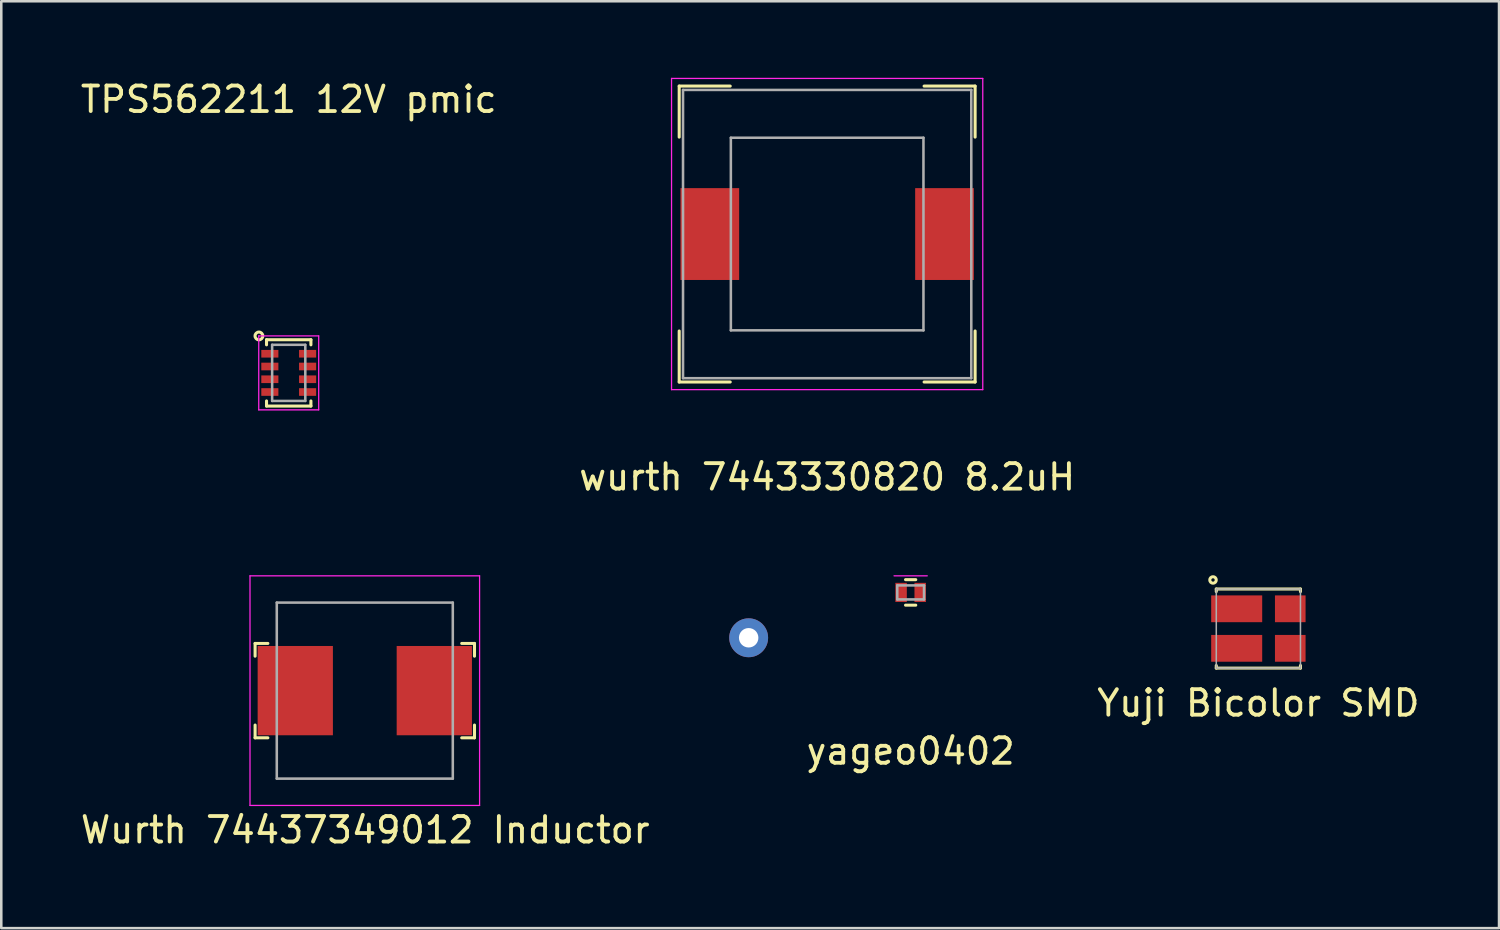
<source format=kicad_pcb>
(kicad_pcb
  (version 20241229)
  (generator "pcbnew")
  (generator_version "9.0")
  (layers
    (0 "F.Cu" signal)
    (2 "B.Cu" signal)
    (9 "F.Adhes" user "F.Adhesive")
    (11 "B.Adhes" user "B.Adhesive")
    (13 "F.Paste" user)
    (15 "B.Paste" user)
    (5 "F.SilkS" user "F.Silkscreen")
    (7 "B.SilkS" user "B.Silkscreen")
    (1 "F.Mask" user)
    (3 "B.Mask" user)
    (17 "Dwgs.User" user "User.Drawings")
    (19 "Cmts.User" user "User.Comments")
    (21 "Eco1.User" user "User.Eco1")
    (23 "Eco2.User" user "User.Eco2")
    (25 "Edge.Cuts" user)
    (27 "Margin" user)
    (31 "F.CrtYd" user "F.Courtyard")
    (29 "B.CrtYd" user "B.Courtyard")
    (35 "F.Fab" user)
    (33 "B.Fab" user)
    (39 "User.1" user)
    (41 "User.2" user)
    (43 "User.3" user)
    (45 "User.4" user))
  (footprint "Yuji Bicolor SMD"
    (layer "F.Cu")
    (at 46.279 21.59)
    (property "Reference" "Yuji Bicolor SMD" (at 0 2.921 0) (layer "F.SilkS") (effects (font (size 1 1) (thickness 0.15))))
    (attr through_hole)
    (fp_line (start -1.65 -1.55) (end -1.65 -1.45) (stroke (width 0.12) (type solid)) (layer "F.SilkS"))
    (fp_line (start -1.65 -1.55) (end 1.65 -1.55) (stroke (width 0.12) (type solid)) (layer "F.SilkS"))
    (fp_line (start -1.65 1.55) (end -1.65 1.45) (stroke (width 0.12) (type solid)) (layer "F.SilkS"))
    (fp_line (start -1.65 1.55) (end 1.65 1.55) (stroke (width 0.12) (type solid)) (layer "F.SilkS"))
    (fp_line (start 1.65 -1.55) (end 1.65 -1.45) (stroke (width 0.12) (type solid)) (layer "F.SilkS"))
    (fp_line (start 1.65 1.55) (end 1.65 1.45) (stroke (width 0.12) (type solid)) (layer "F.SilkS"))
    (fp_circle (center -1.778 -1.905) (end -1.778 -2.032) (stroke (width 0.12) (type solid)) (fill no) (layer "F.SilkS"))
    (fp_line (start -1.65 -1.55) (end -1.65 1.55) (stroke (width 0.06) (type solid)) (layer "F.Fab"))
    (fp_line (start -1.65 -1.55) (end 1.65 -1.55) (stroke (width 0.06) (type solid)) (layer "F.Fab"))
    (fp_line (start -1.65 1.55) (end 1.65 1.55) (stroke (width 0.06) (type solid)) (layer "F.Fab"))
    (fp_line (start 1.65 -1.55) (end 1.65 1.55) (stroke (width 0.06) (type solid)) (layer "F.Fab"))
    (pad "1" smd rect (at -0.85 -0.775) (size 2 1.05) (layers "F.Cu" "F.Mask" "F.Paste"))
    (pad "2" smd rect (at 1.25 -0.775) (size 1.2 1.05) (layers "F.Cu" "F.Mask" "F.Paste"))
    (pad "3" smd rect (at -0.85 0.775) (size 2 1.05) (layers "F.Cu" "F.Mask" "F.Paste"))
    (pad "4" smd rect (at 1.25 0.775) (size 1.2 1.05) (layers "F.Cu" "F.Mask" "F.Paste")))
  (footprint "TPS562211 12V pmic"
    (layer "F.Cu")
    (at 8.268 11.567)
    (property "Reference" "TPS562211 12V pmic" (at 0 -10.719 0) (layer "F.SilkS") (effects (font (size 1 1) (thickness 0.15))))
    (attr through_hole)
    (fp_line (start -0.87 -1.3) (end -0.87 -1.1) (stroke (width 0.12) (type solid)) (layer "F.SilkS"))
    (fp_line (start -0.87 -1.3) (end 0.87 -1.3) (stroke (width 0.12) (type solid)) (layer "F.SilkS"))
    (fp_line (start -0.87 1.3) (end -0.87 1.1) (stroke (width 0.12) (type solid)) (layer "F.SilkS"))
    (fp_line (start -0.87 1.3) (end 0.87 1.3) (stroke (width 0.12) (type solid)) (layer "F.SilkS"))
    (fp_line (start 0.87 -1.3) (end 0.87 -1.1) (stroke (width 0.12) (type solid)) (layer "F.SilkS"))
    (fp_line (start 0.87 1.3) (end 0.87 1.1) (stroke (width 0.12) (type solid)) (layer "F.SilkS"))
    (fp_circle (center -1.168 -1.448) (end -1.168 -1.6) (stroke (width 0.12) (type solid)) (fill no) (layer "F.SilkS"))
    (fp_line (start -1.175 -1.45) (end -1.175 1.45) (stroke (width 0.05) (type solid)) (layer "F.CrtYd"))
    (fp_line (start -1.175 -1.45) (end 1.175 -1.45) (stroke (width 0.05) (type solid)) (layer "F.CrtYd"))
    (fp_line (start -1.175 1.45) (end 1.175 1.45) (stroke (width 0.05) (type solid)) (layer "F.CrtYd"))
    (fp_line (start 1.175 -1.45) (end 1.175 1.45) (stroke (width 0.05) (type solid)) (layer "F.CrtYd"))
    (fp_line (start -0.65 -1.1) (end 0.65 -1.1) (stroke (width 0.1) (type solid)) (layer "F.Fab"))
    (fp_line (start -0.65 1.1) (end -0.65 -1.1) (stroke (width 0.1) (type solid)) (layer "F.Fab"))
    (fp_line (start -0.65 1.1) (end 0.65 1.1) (stroke (width 0.1) (type solid)) (layer "F.Fab"))
    (fp_line (start 0.65 1.1) (end 0.65 -1.1) (stroke (width 0.1) (type solid)) (layer "F.Fab"))
    (pad "1" smd rect (at -0.74 -0.75) (size 0.67 0.3) (layers "F.Cu" "F.Mask" "F.Paste"))
    (pad "2" smd rect (at -0.74 -0.25) (size 0.67 0.3) (layers "F.Cu" "F.Mask" "F.Paste"))
    (pad "3" smd rect (at -0.74 0.25) (size 0.67 0.3) (layers "F.Cu" "F.Mask" "F.Paste"))
    (pad "4" smd rect (at -0.74 0.75) (size 0.67 0.3) (layers "F.Cu" "F.Mask" "F.Paste"))
    (pad "5" smd rect (at 0.74 0.75) (size 0.67 0.3) (layers "F.Cu" "F.Mask" "F.Paste"))
    (pad "6" smd rect (at 0.74 0.25) (size 0.67 0.3) (layers "F.Cu" "F.Mask" "F.Paste"))
    (pad "7" smd rect (at 0.74 -0.25) (size 0.67 0.3) (layers "F.Cu" "F.Mask" "F.Paste"))
    (pad "8" smd rect (at 0.74 -0.75) (size 0.67 0.3) (layers "F.Cu" "F.Mask" "F.Paste")))
  (footprint "wurth 7443330820 8.2uH"
    (layer "F.Cu")
    (at 29.375 6.125)
    (property "Reference" "wurth 7443330820 8.2uH" (at 0 9.525 0) (layer "F.SilkS") (effects (font (size 1 1) (thickness 0.15))))
    (attr through_hole)
    (fp_line (start -5.8 -5.8) (end -5.8 -3.8) (stroke (width 0.12) (type solid)) (layer "F.SilkS"))
    (fp_line (start -5.8 -5.8) (end -3.8 -5.8) (stroke (width 0.12) (type solid)) (layer "F.SilkS"))
    (fp_line (start -5.8 5.8) (end -5.8 3.8) (stroke (width 0.12) (type solid)) (layer "F.SilkS"))
    (fp_line (start -5.8 5.8) (end -3.8 5.8) (stroke (width 0.12) (type solid)) (layer "F.SilkS"))
    (fp_line (start 5.8 -5.8) (end 3.8 -5.8) (stroke (width 0.12) (type solid)) (layer "F.SilkS"))
    (fp_line (start 5.8 -5.8) (end 5.8 -3.8) (stroke (width 0.12) (type solid)) (layer "F.SilkS"))
    (fp_line (start 5.8 5.8) (end 3.8 5.8) (stroke (width 0.12) (type solid)) (layer "F.SilkS"))
    (fp_line (start 5.8 5.8) (end 5.8 3.8) (stroke (width 0.12) (type solid)) (layer "F.SilkS"))
    (fp_line (start -6.1 -6.1) (end 6.1 -6.1) (stroke (width 0.05) (type solid)) (layer "F.CrtYd"))
    (fp_line (start -6.1 6.1) (end -6.1 -6.1) (stroke (width 0.05) (type solid)) (layer "F.CrtYd"))
    (fp_line (start -6.1 6.1) (end 6.1 6.1) (stroke (width 0.05) (type solid)) (layer "F.CrtYd"))
    (fp_line (start 6.1 -6.1) (end 6.1 6.1) (stroke (width 0.05) (type solid)) (layer "F.CrtYd"))
    (fp_line (start -5.65 -5.65) (end -5.65 5.65) (stroke (width 0.1) (type solid)) (layer "F.Fab"))
    (fp_line (start -5.65 -5.65) (end 5.65 -5.65) (stroke (width 0.1) (type solid)) (layer "F.Fab"))
    (fp_line (start -5.65 5.65) (end 5.65 5.65) (stroke (width 0.1) (type solid)) (layer "F.Fab"))
    (fp_line (start -3.775 -3.775) (end -3.775 3.775) (stroke (width 0.1) (type solid)) (layer "F.Fab"))
    (fp_line (start -3.775 -3.775) (end 3.775 -3.775) (stroke (width 0.1) (type solid)) (layer "F.Fab"))
    (fp_line (start -3.775 3.775) (end 3.775 3.775) (stroke (width 0.1) (type solid)) (layer "F.Fab"))
    (fp_line (start 3.775 -3.775) (end 3.775 3.775) (stroke (width 0.1) (type solid)) (layer "F.Fab"))
    (fp_line (start 5.65 -5.65) (end 5.65 5.65) (stroke (width 0.1) (type solid)) (layer "F.Fab"))
    (pad "1" smd rect (at -4.6 0) (size 2.3 3.6) (layers "F.Cu" "F.Mask" "F.Paste"))
    (pad "2" smd rect (at 4.6 0) (size 2.3 3.6) (layers "F.Cu" "F.Mask" "F.Paste")))
  (footprint "Wurth 74437349012 Inductor"
    (layer "F.Cu")
    (at 11.25 24.023)
    (property "Reference" "Wurth 74437349012 Inductor" (at 0.018 5.461 0) (layer "F.SilkS") (effects (font (size 1 1) (thickness 0.15))))
    (attr through_hole)
    (fp_line (start -4.3 -1.85) (end -4.3 -1.35) (stroke (width 0.12) (type solid)) (layer "F.SilkS"))
    (fp_line (start -4.3 -1.85) (end -3.8 -1.85) (stroke (width 0.12) (type solid)) (layer "F.SilkS"))
    (fp_line (start -4.3 1.85) (end -4.3 1.35) (stroke (width 0.12) (type solid)) (layer "F.SilkS"))
    (fp_line (start -4.3 1.85) (end -3.8 1.85) (stroke (width 0.12) (type solid)) (layer "F.SilkS"))
    (fp_line (start 4.3 -1.85) (end 3.8 -1.85) (stroke (width 0.12) (type solid)) (layer "F.SilkS"))
    (fp_line (start 4.3 -1.85) (end 4.3 -1.35) (stroke (width 0.12) (type solid)) (layer "F.SilkS"))
    (fp_line (start 4.3 1.85) (end 3.8 1.85) (stroke (width 0.12) (type solid)) (layer "F.SilkS"))
    (fp_line (start 4.3 1.85) (end 4.3 1.35) (stroke (width 0.12) (type solid)) (layer "F.SilkS"))
    (fp_line (start -4.5 -4.5) (end -4.5 4.5) (stroke (width 0.05) (type solid)) (layer "F.CrtYd"))
    (fp_line (start -4.5 -4.5) (end 4.5 -4.5) (stroke (width 0.05) (type solid)) (layer "F.CrtYd"))
    (fp_line (start -4.5 4.5) (end 4.5 4.5) (stroke (width 0.05) (type solid)) (layer "F.CrtYd"))
    (fp_line (start 4.5 -4.5) (end 4.5 4.5) (stroke (width 0.05) (type solid)) (layer "F.CrtYd"))
    (fp_line (start -3.45 -3.45) (end -3.45 3.45) (stroke (width 0.1) (type solid)) (layer "F.Fab"))
    (fp_line (start -3.45 -3.45) (end 3.45 -3.45) (stroke (width 0.1) (type solid)) (layer "F.Fab"))
    (fp_line (start -3.45 3.45) (end 3.45 3.45) (stroke (width 0.1) (type solid)) (layer "F.Fab"))
    (fp_line (start 3.45 -3.45) (end 3.45 3.45) (stroke (width 0.1) (type solid)) (layer "F.Fab"))
    (pad "1" smd rect (at -2.725 0) (size 2.95 3.5) (layers "F.Cu" "F.Mask" "F.Paste"))
    (pad "2" smd rect (at 2.725 0) (size 2.95 3.5) (layers "F.Cu" "F.Mask" "F.Paste")))
  (footprint "yageo0402"
    (layer "F.Cu")
    (at 32.648 20.173)
    (property "Reference" "yageo0402" (at 0 6.223 0) (layer "F.SilkS") (effects (font (size 1 1) (thickness 0.15))))
    (attr through_hole)
    (fp_line (start -0.2 -0.5) (end 0.2 -0.5) (stroke (width 0.12) (type solid)) (layer "F.SilkS"))
    (fp_line (start -0.2 0.5) (end 0.2 0.5) (stroke (width 0.12) (type solid)) (layer "F.SilkS"))
    (fp_line (start -0.65 -0.65) (end 0.65 -0.65) (stroke (width 0.05) (type solid)) (layer "F.CrtYd"))
    (fp_line (start -0.525 -0.275) (end -0.525 0.275) (stroke (width 0.1) (type solid)) (layer "F.Fab"))
    (fp_line (start -0.525 -0.275) (end 0.525 -0.275) (stroke (width 0.1) (type solid)) (layer "F.Fab"))
    (fp_line (start -0.525 0.275) (end 0.525 0.275) (stroke (width 0.1) (type solid)) (layer "F.Fab"))
    (fp_line (start 0.525 -0.275) (end 0.525 0.275) (stroke (width 0.1) (type solid)) (layer "F.Fab"))
    (pad "1" thru_hole circle (at -6.35 1.778) (size 1.524 1.524) (drill 0.762) (layers "*.Cu" "*.Mask"))
    (pad "1" smd rect (at -0.375 0) (size 0.45 0.75) (layers "F.Cu" "F.Mask" "F.Paste"))
    (pad "2" smd rect (at 0.375 0) (size 0.45 0.75) (layers "F.Cu" "F.Mask" "F.Paste")))
  (gr_rect
    (start -3 -3)
    (end 55.713 33.333)
    (stroke (width 0.1) (type default))
    (fill no)
    (layer "Edge.Cuts")))
</source>
